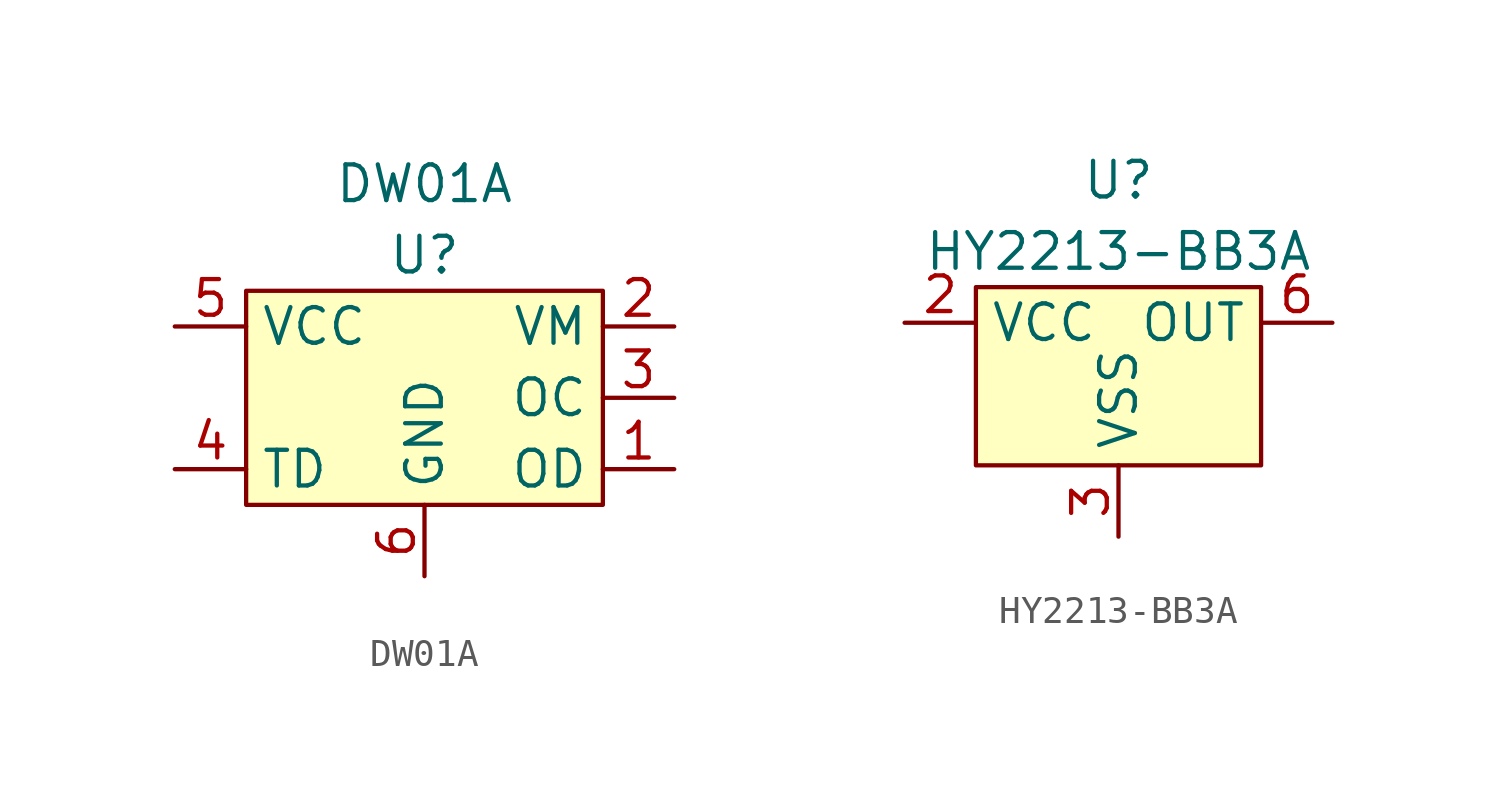
<source format=kicad_sym>
(kicad_symbol_lib
  (version 20220914)
  (generator kicad_symbol_editor)
  (symbol "DW01A"
    (property "Reference" "U"
      (at 0 2.54 0)
      (effects (font (size 1.27 1.27))))
    (property "Value" "DW01A"
      (at 0 5.08 0)
      (effects (font (size 1.27 1.27))))
    (symbol "DW01A_1_1"
      (rectangle (start -6.35 1.27) (end 6.35 -6.35) (stroke (width 0) (type default)) (fill (type background)))
      (pin output line (at 8.89 -5.08 180) (length 2.54) (name "OD" (effects (font (size 1.27 1.27)))) (number "1" (effects (font (size 1.27 1.27)))))
      (pin input line (at 8.89 0 180) (length 2.54) (name "VM" (effects (font (size 1.27 1.27)))) (number "2" (effects (font (size 1.27 1.27)))))
      (pin output line (at 8.89 -2.54 180) (length 2.54) (name "OC" (effects (font (size 1.27 1.27)))) (number "3" (effects (font (size 1.27 1.27)))))
      (pin input line (at -8.89 -5.08 0) (length 2.54) (name "TD" (effects (font (size 1.27 1.27)))) (number "4" (effects (font (size 1.27 1.27)))))
      (pin input line (at -8.89 0 0) (length 2.54) (name "VCC" (effects (font (size 1.27 1.27)))) (number "5" (effects (font (size 1.27 1.27)))))
      (pin passive line (at 0 -8.89 90) (length 2.54) (name "GND" (effects (font (size 1.27 1.27)))) (number "6" (effects (font (size 1.27 1.27)))))))
  (symbol "HY2213-BB3A"
    (property "Reference" "U"
      (at 0 5.08 0)
      (effects (font (size 1.27 1.27))))
    (property "Value" "HY2213-BB3A"
      (at 0 2.54 0)
      (effects (font (size 1.27 1.27))))
    (symbol "HY2213-BB3A_0_1"
      (rectangle (start 5.08 1.27) (end -5.08 -5.08) (stroke (width 0) (type default)) (fill (type background))))
    (symbol "HY2213-BB3A_1_1"
      (pin input line (at -7.62 0 0) (length 2.54) (name "VCC" (effects (font (size 1.27 1.27)))) (number "2" (effects (font (size 1.27 1.27)))))
      (pin input line (at 0 -7.62 90) (length 2.54) (name "VSS" (effects (font (size 1.27 1.27)))) (number "3" (effects (font (size 1.27 1.27)))))
      (pin output line (at 7.62 0 180) (length 2.54) (name "OUT" (effects (font (size 1.27 1.27)))) (number "6" (effects (font (size 1.27 1.27))))))))
</source>
